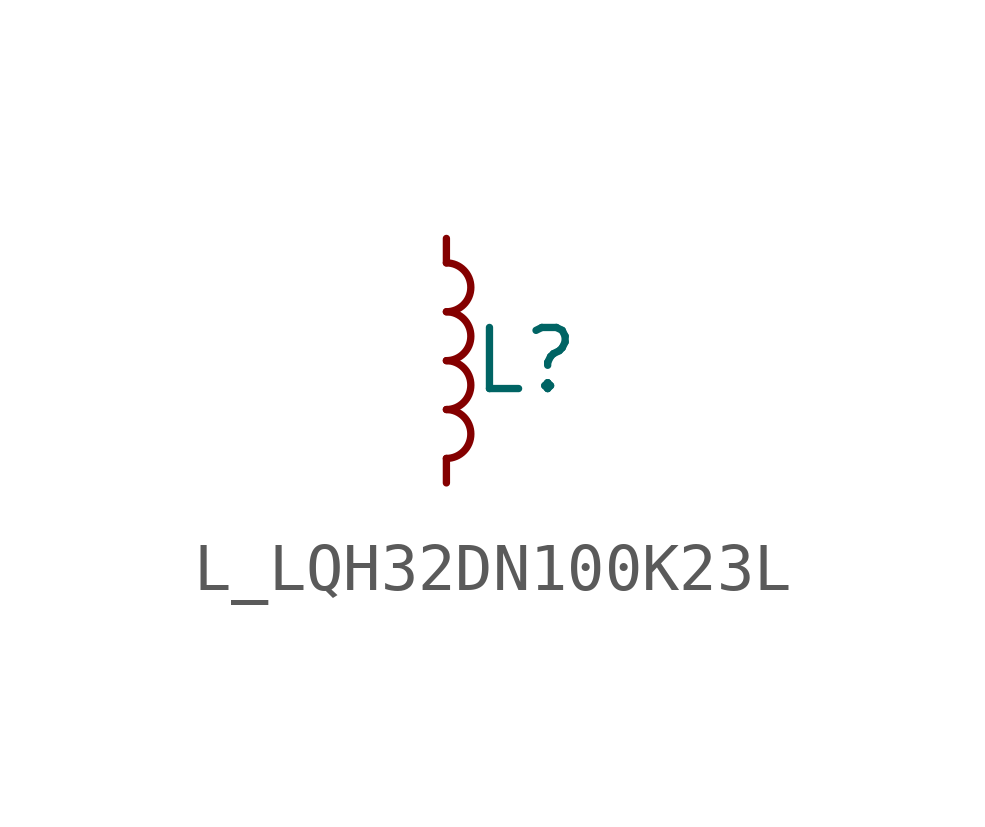
<source format=kicad_sym>
(kicad_symbol_lib
  (version 20211014)
  (generator kicad_symbol_editor)
  (symbol "L_LQH32DN100K23L"
    (pin_numbers hide)
    (pin_names
      (offset 0.254) hide)
    (property "Reference" "L"
      (at 1.651 0 0)
      (effects (font (size 1.27 1.27))))
    (symbol "L_LQH32DN100K23L_0_1"
      (arc (start 0 -2.032) (mid 0.508 -1.524) (end 0 -1.016) (stroke (width 0) (type default) (color 0 0 0 0)) (fill (type none)))
      (arc (start 0 -1.016) (mid 0.508 -0.508) (end 0 0) (stroke (width 0) (type default) (color 0 0 0 0)) (fill (type none)))
      (arc (start 0 0) (mid 0.508 0.508) (end 0 1.016) (stroke (width 0) (type default) (color 0 0 0 0)) (fill (type none)))
      (arc (start 0 1.016) (mid 0.508 1.524) (end 0 2.032) (stroke (width 0) (type default) (color 0 0 0 0)) (fill (type none))))
    (symbol "L_LQH32DN100K23L_1_1"
      (pin passive line (at 0 2.54 270) (length 0.508) (name "~" (effects (font (size 1.27 1.27)))) (number "1" (effects (font (size 1.27 1.27)))))
      (pin passive line (at 0 -2.54 90) (length 0.508) (name "~" (effects (font (size 1.27 1.27)))) (number "2" (effects (font (size 1.27 1.27))))))))
</source>
